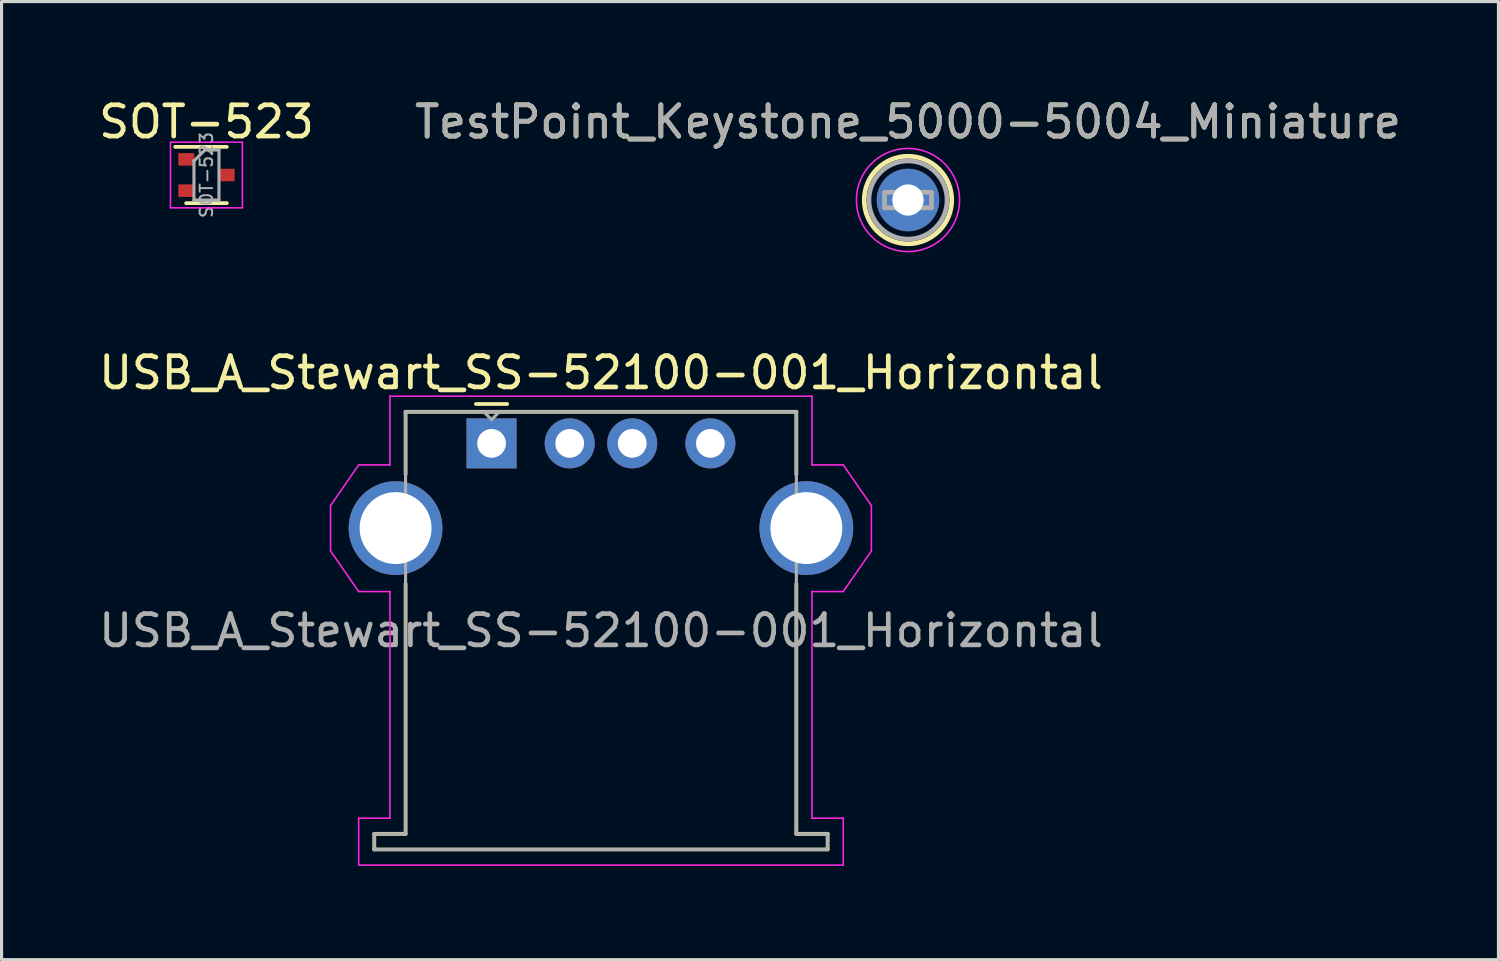
<source format=kicad_pcb>
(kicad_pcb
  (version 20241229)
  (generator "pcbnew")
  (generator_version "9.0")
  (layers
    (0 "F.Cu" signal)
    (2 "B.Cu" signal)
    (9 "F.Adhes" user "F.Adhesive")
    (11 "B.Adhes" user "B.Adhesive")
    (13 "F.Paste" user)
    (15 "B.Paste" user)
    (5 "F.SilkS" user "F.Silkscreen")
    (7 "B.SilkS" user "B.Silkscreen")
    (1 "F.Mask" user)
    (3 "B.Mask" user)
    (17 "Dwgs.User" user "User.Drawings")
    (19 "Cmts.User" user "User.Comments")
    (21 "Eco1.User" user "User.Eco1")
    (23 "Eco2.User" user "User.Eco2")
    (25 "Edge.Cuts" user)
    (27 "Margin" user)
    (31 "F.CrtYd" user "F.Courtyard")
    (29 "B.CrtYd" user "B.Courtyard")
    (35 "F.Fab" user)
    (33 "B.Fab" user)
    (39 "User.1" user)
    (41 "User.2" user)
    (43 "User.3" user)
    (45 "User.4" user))
  (footprint "TestPoint_Keystone_5000-5004_Miniature"
    (layer "F.Cu")
    (at 25.994 3.348)
    (property "Reference" "TestPoint_Keystone_5000-5004_Miniature" (at 0 -2.5 0) (layer "F.SilkS") (effects (font (size 1 1) (thickness 0.15))))
    (attr through_hole)
    (fp_circle (center 0 0) (end 1.4 0) (stroke (width 0.15) (type solid)) (fill no) (layer "F.SilkS"))
    (fp_circle (center 0 0) (end 1.65 0) (stroke (width 0.05) (type solid)) (fill no) (layer "F.CrtYd"))
    (fp_line (start -0.75 -0.25) (end 0.75 -0.25) (stroke (width 0.15) (type solid)) (layer "F.Fab"))
    (fp_line (start -0.75 0.25) (end -0.75 -0.25) (stroke (width 0.15) (type solid)) (layer "F.Fab"))
    (fp_line (start 0.75 -0.25) (end 0.75 0.25) (stroke (width 0.15) (type solid)) (layer "F.Fab"))
    (fp_line (start 0.75 0.25) (end -0.75 0.25) (stroke (width 0.15) (type solid)) (layer "F.Fab"))
    (fp_circle (center 0 0) (end 1.25 0) (stroke (width 0.15) (type solid)) (fill no) (layer "F.Fab"))
    (fp_text user "${REFERENCE}" (at 0 -2.5 0) (layer "F.Fab") (effects (font (size 1 1) (thickness 0.15))))
    (pad "1" thru_hole circle (at 0 0) (size 2 2) (drill 1) (layers "*.Cu" "*.Mask")))
  (footprint "SOT-523"
    (layer "F.Cu")
    (at 3.554 2.548)
    (property "Reference" "SOT-523" (at 0 -1.7 0) (layer "F.SilkS") (effects (font (size 1 1) (thickness 0.15))))
    (attr smd)
    (fp_line (start -1 -0.9) (end 0.65 -0.9) (stroke (width 0.12) (type solid)) (layer "F.SilkS"))
    (fp_line (start 0.65 0.9) (end -0.65 0.9) (stroke (width 0.12) (type solid)) (layer "F.SilkS"))
    (fp_line (start -1.15 -1.05) (end -1.15 1.05) (stroke (width 0.05) (type solid)) (layer "F.CrtYd"))
    (fp_line (start -1.15 -1.05) (end 1.15 -1.05) (stroke (width 0.05) (type solid)) (layer "F.CrtYd"))
    (fp_line (start 1.15 1.05) (end -1.15 1.05) (stroke (width 0.05) (type solid)) (layer "F.CrtYd"))
    (fp_line (start 1.15 1.05) (end 1.15 -1.05) (stroke (width 0.05) (type solid)) (layer "F.CrtYd"))
    (fp_line (start -0.4 -0.45) (end -0.4 0.8) (stroke (width 0.1) (type solid)) (layer "F.Fab"))
    (fp_line (start -0.4 -0.45) (end -0.05 -0.8) (stroke (width 0.1) (type solid)) (layer "F.Fab"))
    (fp_line (start -0.4 0.8) (end 0.4 0.8) (stroke (width 0.1) (type solid)) (layer "F.Fab"))
    (fp_line (start 0.4 -0.8) (end -0.05 -0.8) (stroke (width 0.1) (type solid)) (layer "F.Fab"))
    (fp_line (start 0.4 0.8) (end 0.4 -0.8) (stroke (width 0.1) (type solid)) (layer "F.Fab"))
    (fp_text user "${REFERENCE}" (at 0 0 270) (layer "F.Fab") (effects (font (size 0.4 0.4) (thickness 0.062))))
    (pad "1" smd rect (at -0.645 -0.5 180) (size 0.51 0.4) (layers "F.Cu" "F.Mask" "F.Paste"))
    (pad "2" smd rect (at -0.645 0.5 180) (size 0.51 0.4) (layers "F.Cu" "F.Mask" "F.Paste"))
    (pad "3" smd rect (at 0.645 0 180) (size 0.51 0.4) (layers "F.Cu" "F.Mask" "F.Paste")))
  (footprint "USB_A_Stewart_SS-52100-001_Horizontal"
    (layer "F.Cu")
    (at 12.673 11.132)
    (property "Reference" "USB_A_Stewart_SS-52100-001_Horizontal" (at 3.5 -2.26 0) (layer "F.SilkS") (effects (font (size 1 1) (thickness 0.15))))
    (attr through_hole)
    (fp_line (start -3.75 12.49) (end -3.75 12.99) (stroke (width 0.12) (type solid)) (layer "F.SilkS"))
    (fp_line (start -3.75 12.99) (end 10.75 12.99) (stroke (width 0.12) (type solid)) (layer "F.SilkS"))
    (fp_line (start -2.75 -1.01) (end -2.75 0.99) (stroke (width 0.12) (type solid)) (layer "F.SilkS"))
    (fp_line (start -2.75 4.49) (end -2.75 12.49) (stroke (width 0.12) (type solid)) (layer "F.SilkS"))
    (fp_line (start -2.75 12.49) (end -3.75 12.49) (stroke (width 0.12) (type solid)) (layer "F.SilkS"))
    (fp_line (start -0.5 -1.26) (end 0.5 -1.26) (stroke (width 0.12) (type solid)) (layer "F.SilkS"))
    (fp_line (start 9.75 -1.01) (end -2.75 -1.01) (stroke (width 0.12) (type solid)) (layer "F.SilkS"))
    (fp_line (start 9.75 0.99) (end 9.75 -1.01) (stroke (width 0.12) (type solid)) (layer "F.SilkS"))
    (fp_line (start 9.75 12.49) (end 9.75 4.49) (stroke (width 0.12) (type solid)) (layer "F.SilkS"))
    (fp_line (start 10.75 12.49) (end 9.75 12.49) (stroke (width 0.12) (type solid)) (layer "F.SilkS"))
    (fp_line (start 10.75 12.99) (end 10.75 12.49) (stroke (width 0.12) (type solid)) (layer "F.SilkS"))
    (fp_line (start -5.15 1.99) (end -4.25 0.69) (stroke (width 0.05) (type solid)) (layer "F.CrtYd"))
    (fp_line (start -5.15 3.44) (end -5.15 1.99) (stroke (width 0.05) (type solid)) (layer "F.CrtYd"))
    (fp_line (start -5.15 3.44) (end -4.25 4.74) (stroke (width 0.05) (type solid)) (layer "F.CrtYd"))
    (fp_line (start -4.25 11.99) (end -4.25 13.49) (stroke (width 0.05) (type solid)) (layer "F.CrtYd"))
    (fp_line (start -4.25 13.49) (end 11.25 13.49) (stroke (width 0.05) (type solid)) (layer "F.CrtYd"))
    (fp_line (start -3.25 0.69) (end -4.25 0.69) (stroke (width 0.05) (type solid)) (layer "F.CrtYd"))
    (fp_line (start -3.25 0.69) (end -3.25 -1.51) (stroke (width 0.05) (type solid)) (layer "F.CrtYd"))
    (fp_line (start -3.25 4.74) (end -4.25 4.74) (stroke (width 0.05) (type solid)) (layer "F.CrtYd"))
    (fp_line (start -3.25 4.74) (end -3.25 11.99) (stroke (width 0.05) (type solid)) (layer "F.CrtYd"))
    (fp_line (start -3.25 11.99) (end -4.25 11.99) (stroke (width 0.05) (type solid)) (layer "F.CrtYd"))
    (fp_line (start 10.25 -1.51) (end -3.25 -1.51) (stroke (width 0.05) (type solid)) (layer "F.CrtYd"))
    (fp_line (start 10.25 0.69) (end 10.25 -1.51) (stroke (width 0.05) (type solid)) (layer "F.CrtYd"))
    (fp_line (start 10.25 0.69) (end 11.25 0.69) (stroke (width 0.05) (type solid)) (layer "F.CrtYd"))
    (fp_line (start 10.25 4.74) (end 11.25 4.74) (stroke (width 0.05) (type solid)) (layer "F.CrtYd"))
    (fp_line (start 10.25 11.99) (end 10.25 4.74) (stroke (width 0.05) (type solid)) (layer "F.CrtYd"))
    (fp_line (start 11.25 11.99) (end 10.25 11.99) (stroke (width 0.05) (type solid)) (layer "F.CrtYd"))
    (fp_line (start 11.25 13.49) (end 11.25 11.99) (stroke (width 0.05) (type solid)) (layer "F.CrtYd"))
    (fp_line (start 12.15 1.99) (end 11.25 0.69) (stroke (width 0.05) (type solid)) (layer "F.CrtYd"))
    (fp_line (start 12.15 1.99) (end 12.15 3.44) (stroke (width 0.05) (type solid)) (layer "F.CrtYd"))
    (fp_line (start 12.15 3.44) (end 11.25 4.74) (stroke (width 0.05) (type solid)) (layer "F.CrtYd"))
    (fp_line (start -3.75 12.49) (end -2.75 12.49) (stroke (width 0.1) (type solid)) (layer "F.Fab"))
    (fp_line (start -3.75 12.99) (end -3.75 12.49) (stroke (width 0.1) (type solid)) (layer "F.Fab"))
    (fp_line (start -3.75 12.99) (end 10.75 12.99) (stroke (width 0.1) (type solid)) (layer "F.Fab"))
    (fp_line (start -2.75 -1.01) (end 9.75 -1.01) (stroke (width 0.1) (type solid)) (layer "F.Fab"))
    (fp_line (start -2.75 12.49) (end -2.75 -1.01) (stroke (width 0.1) (type solid)) (layer "F.Fab"))
    (fp_line (start -0.25 -1.01) (end 0 -0.76) (stroke (width 0.1) (type solid)) (layer "F.Fab"))
    (fp_line (start 0 -0.76) (end 0.25 -1.01) (stroke (width 0.1) (type solid)) (layer "F.Fab"))
    (fp_line (start 9.75 12.49) (end 9.75 -1.01) (stroke (width 0.1) (type solid)) (layer "F.Fab"))
    (fp_line (start 9.75 12.49) (end 10.75 12.49) (stroke (width 0.1) (type solid)) (layer "F.Fab"))
    (fp_line (start 10.75 12.49) (end 10.75 12.99) (stroke (width 0.1) (type solid)) (layer "F.Fab"))
    (fp_text user "${REFERENCE}" (at 3.5 5.99 0) (layer "F.Fab") (effects (font (size 1 1) (thickness 0.15))))
    (pad "1" thru_hole rect (at 0 0) (size 1.6 1.6) (drill 0.92) (layers "*.Cu" "*.Mask"))
    (pad "2" thru_hole circle (at 2.5 0) (size 1.6 1.6) (drill 0.92) (layers "*.Cu" "*.Mask"))
    (pad "3" thru_hole circle (at 4.5 0) (size 1.6 1.6) (drill 0.92) (layers "*.Cu" "*.Mask"))
    (pad "4" thru_hole circle (at 7 0) (size 1.6 1.6) (drill 0.92) (layers "*.Cu" "*.Mask"))
    (pad "5" thru_hole circle (at -3.07 2.71) (size 3 3) (drill 2.3) (layers "*.Cu" "*.Mask"))
    (pad "5" thru_hole circle (at 10.07 2.71) (size 3 3) (drill 2.3) (layers "*.Cu" "*.Mask")))
  (gr_rect
    (start -3 -3)
    (end 44.881 27.646)
    (stroke (width 0.1) (type default))
    (fill no)
    (layer "Edge.Cuts")))
</source>
